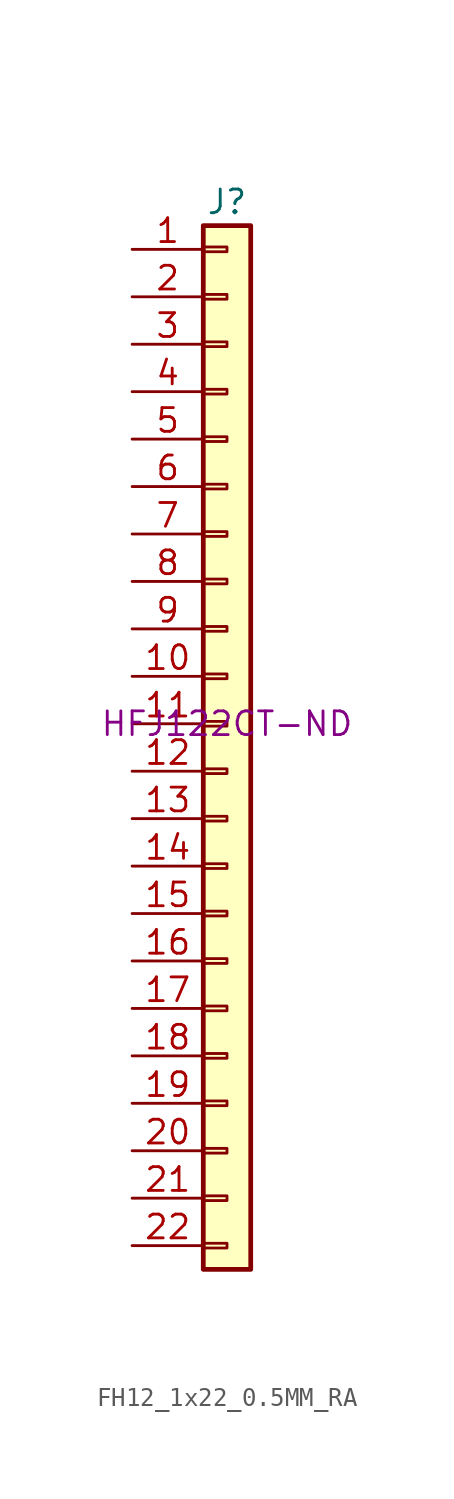
<source format=kicad_sym>
(kicad_symbol_lib
  (version 20211014)
  (generator kicad_symbol_editor)
  (symbol "FH12_1x22_0.5MM_RA"
    (pin_names
      (offset 1.016) hide)
    (property "Reference" "J"
      (at 0 27.94 0)
      (effects (font (size 1.27 1.27))))
    (property "Digi-Key Part Number" "HFJ122CT-ND"
      (at 0 0 0)
      (effects (font (size 1.27 1.27))))
    (symbol "FH12_1x22_0.5MM_RA_1_1"
      (rectangle (start -1.27 -27.813) (end 0 -28.067) (stroke (width 0.152) (type default) (color 0 0 0 0)) (fill (type none)))
      (rectangle (start -1.27 -25.273) (end 0 -25.527) (stroke (width 0.152) (type default) (color 0 0 0 0)) (fill (type none)))
      (rectangle (start -1.27 -22.733) (end 0 -22.987) (stroke (width 0.152) (type default) (color 0 0 0 0)) (fill (type none)))
      (rectangle (start -1.27 -20.193) (end 0 -20.447) (stroke (width 0.152) (type default) (color 0 0 0 0)) (fill (type none)))
      (rectangle (start -1.27 -17.653) (end 0 -17.907) (stroke (width 0.152) (type default) (color 0 0 0 0)) (fill (type none)))
      (rectangle (start -1.27 -15.113) (end 0 -15.367) (stroke (width 0.152) (type default) (color 0 0 0 0)) (fill (type none)))
      (rectangle (start -1.27 -12.573) (end 0 -12.827) (stroke (width 0.152) (type default) (color 0 0 0 0)) (fill (type none)))
      (rectangle (start -1.27 -10.033) (end 0 -10.287) (stroke (width 0.152) (type default) (color 0 0 0 0)) (fill (type none)))
      (rectangle (start -1.27 -7.493) (end 0 -7.747) (stroke (width 0.152) (type default) (color 0 0 0 0)) (fill (type none)))
      (rectangle (start -1.27 -4.953) (end 0 -5.207) (stroke (width 0.152) (type default) (color 0 0 0 0)) (fill (type none)))
      (rectangle (start -1.27 -2.413) (end 0 -2.667) (stroke (width 0.152) (type default) (color 0 0 0 0)) (fill (type none)))
      (rectangle (start -1.27 0.127) (end 0 -0.127) (stroke (width 0.152) (type default) (color 0 0 0 0)) (fill (type none)))
      (rectangle (start -1.27 2.667) (end 0 2.413) (stroke (width 0.152) (type default) (color 0 0 0 0)) (fill (type none)))
      (rectangle (start -1.27 5.207) (end 0 4.953) (stroke (width 0.152) (type default) (color 0 0 0 0)) (fill (type none)))
      (rectangle (start -1.27 7.747) (end 0 7.493) (stroke (width 0.152) (type default) (color 0 0 0 0)) (fill (type none)))
      (rectangle (start -1.27 10.287) (end 0 10.033) (stroke (width 0.152) (type default) (color 0 0 0 0)) (fill (type none)))
      (rectangle (start -1.27 12.827) (end 0 12.573) (stroke (width 0.152) (type default) (color 0 0 0 0)) (fill (type none)))
      (rectangle (start -1.27 15.367) (end 0 15.113) (stroke (width 0.152) (type default) (color 0 0 0 0)) (fill (type none)))
      (rectangle (start -1.27 17.907) (end 0 17.653) (stroke (width 0.152) (type default) (color 0 0 0 0)) (fill (type none)))
      (rectangle (start -1.27 20.447) (end 0 20.193) (stroke (width 0.152) (type default) (color 0 0 0 0)) (fill (type none)))
      (rectangle (start -1.27 22.987) (end 0 22.733) (stroke (width 0.152) (type default) (color 0 0 0 0)) (fill (type none)))
      (rectangle (start -1.27 25.527) (end 0 25.273) (stroke (width 0.152) (type default) (color 0 0 0 0)) (fill (type none)))
      (rectangle (start -1.27 26.67) (end 1.27 -29.21) (stroke (width 0.254) (type default) (color 0 0 0 0)) (fill (type background)))
      (pin passive line (at -5.08 25.4 0) (length 3.81) (name "Pin_1" (effects (font (size 1.27 1.27)))) (number "1" (effects (font (size 1.27 1.27)))))
      (pin passive line (at -5.08 2.54 0) (length 3.81) (name "Pin_10" (effects (font (size 1.27 1.27)))) (number "10" (effects (font (size 1.27 1.27)))))
      (pin passive line (at -5.08 0 0) (length 3.81) (name "Pin_11" (effects (font (size 1.27 1.27)))) (number "11" (effects (font (size 1.27 1.27)))))
      (pin passive line (at -5.08 -2.54 0) (length 3.81) (name "Pin_12" (effects (font (size 1.27 1.27)))) (number "12" (effects (font (size 1.27 1.27)))))
      (pin passive line (at -5.08 -5.08 0) (length 3.81) (name "Pin_13" (effects (font (size 1.27 1.27)))) (number "13" (effects (font (size 1.27 1.27)))))
      (pin passive line (at -5.08 -7.62 0) (length 3.81) (name "Pin_14" (effects (font (size 1.27 1.27)))) (number "14" (effects (font (size 1.27 1.27)))))
      (pin passive line (at -5.08 -10.16 0) (length 3.81) (name "Pin_15" (effects (font (size 1.27 1.27)))) (number "15" (effects (font (size 1.27 1.27)))))
      (pin passive line (at -5.08 -12.7 0) (length 3.81) (name "Pin_16" (effects (font (size 1.27 1.27)))) (number "16" (effects (font (size 1.27 1.27)))))
      (pin passive line (at -5.08 -15.24 0) (length 3.81) (name "Pin_17" (effects (font (size 1.27 1.27)))) (number "17" (effects (font (size 1.27 1.27)))))
      (pin passive line (at -5.08 -17.78 0) (length 3.81) (name "Pin_18" (effects (font (size 1.27 1.27)))) (number "18" (effects (font (size 1.27 1.27)))))
      (pin passive line (at -5.08 -20.32 0) (length 3.81) (name "Pin_19" (effects (font (size 1.27 1.27)))) (number "19" (effects (font (size 1.27 1.27)))))
      (pin passive line (at -5.08 22.86 0) (length 3.81) (name "Pin_2" (effects (font (size 1.27 1.27)))) (number "2" (effects (font (size 1.27 1.27)))))
      (pin passive line (at -5.08 -22.86 0) (length 3.81) (name "Pin_20" (effects (font (size 1.27 1.27)))) (number "20" (effects (font (size 1.27 1.27)))))
      (pin passive line (at -5.08 -25.4 0) (length 3.81) (name "Pin_21" (effects (font (size 1.27 1.27)))) (number "21" (effects (font (size 1.27 1.27)))))
      (pin passive line (at -5.08 -27.94 0) (length 3.81) (name "Pin_22" (effects (font (size 1.27 1.27)))) (number "22" (effects (font (size 1.27 1.27)))))
      (pin passive line (at -5.08 20.32 0) (length 3.81) (name "Pin_3" (effects (font (size 1.27 1.27)))) (number "3" (effects (font (size 1.27 1.27)))))
      (pin passive line (at -5.08 17.78 0) (length 3.81) (name "Pin_4" (effects (font (size 1.27 1.27)))) (number "4" (effects (font (size 1.27 1.27)))))
      (pin passive line (at -5.08 15.24 0) (length 3.81) (name "Pin_5" (effects (font (size 1.27 1.27)))) (number "5" (effects (font (size 1.27 1.27)))))
      (pin passive line (at -5.08 12.7 0) (length 3.81) (name "Pin_6" (effects (font (size 1.27 1.27)))) (number "6" (effects (font (size 1.27 1.27)))))
      (pin passive line (at -5.08 10.16 0) (length 3.81) (name "Pin_7" (effects (font (size 1.27 1.27)))) (number "7" (effects (font (size 1.27 1.27)))))
      (pin passive line (at -5.08 7.62 0) (length 3.81) (name "Pin_8" (effects (font (size 1.27 1.27)))) (number "8" (effects (font (size 1.27 1.27)))))
      (pin passive line (at -5.08 5.08 0) (length 3.81) (name "Pin_9" (effects (font (size 1.27 1.27)))) (number "9" (effects (font (size 1.27 1.27))))))))
</source>
